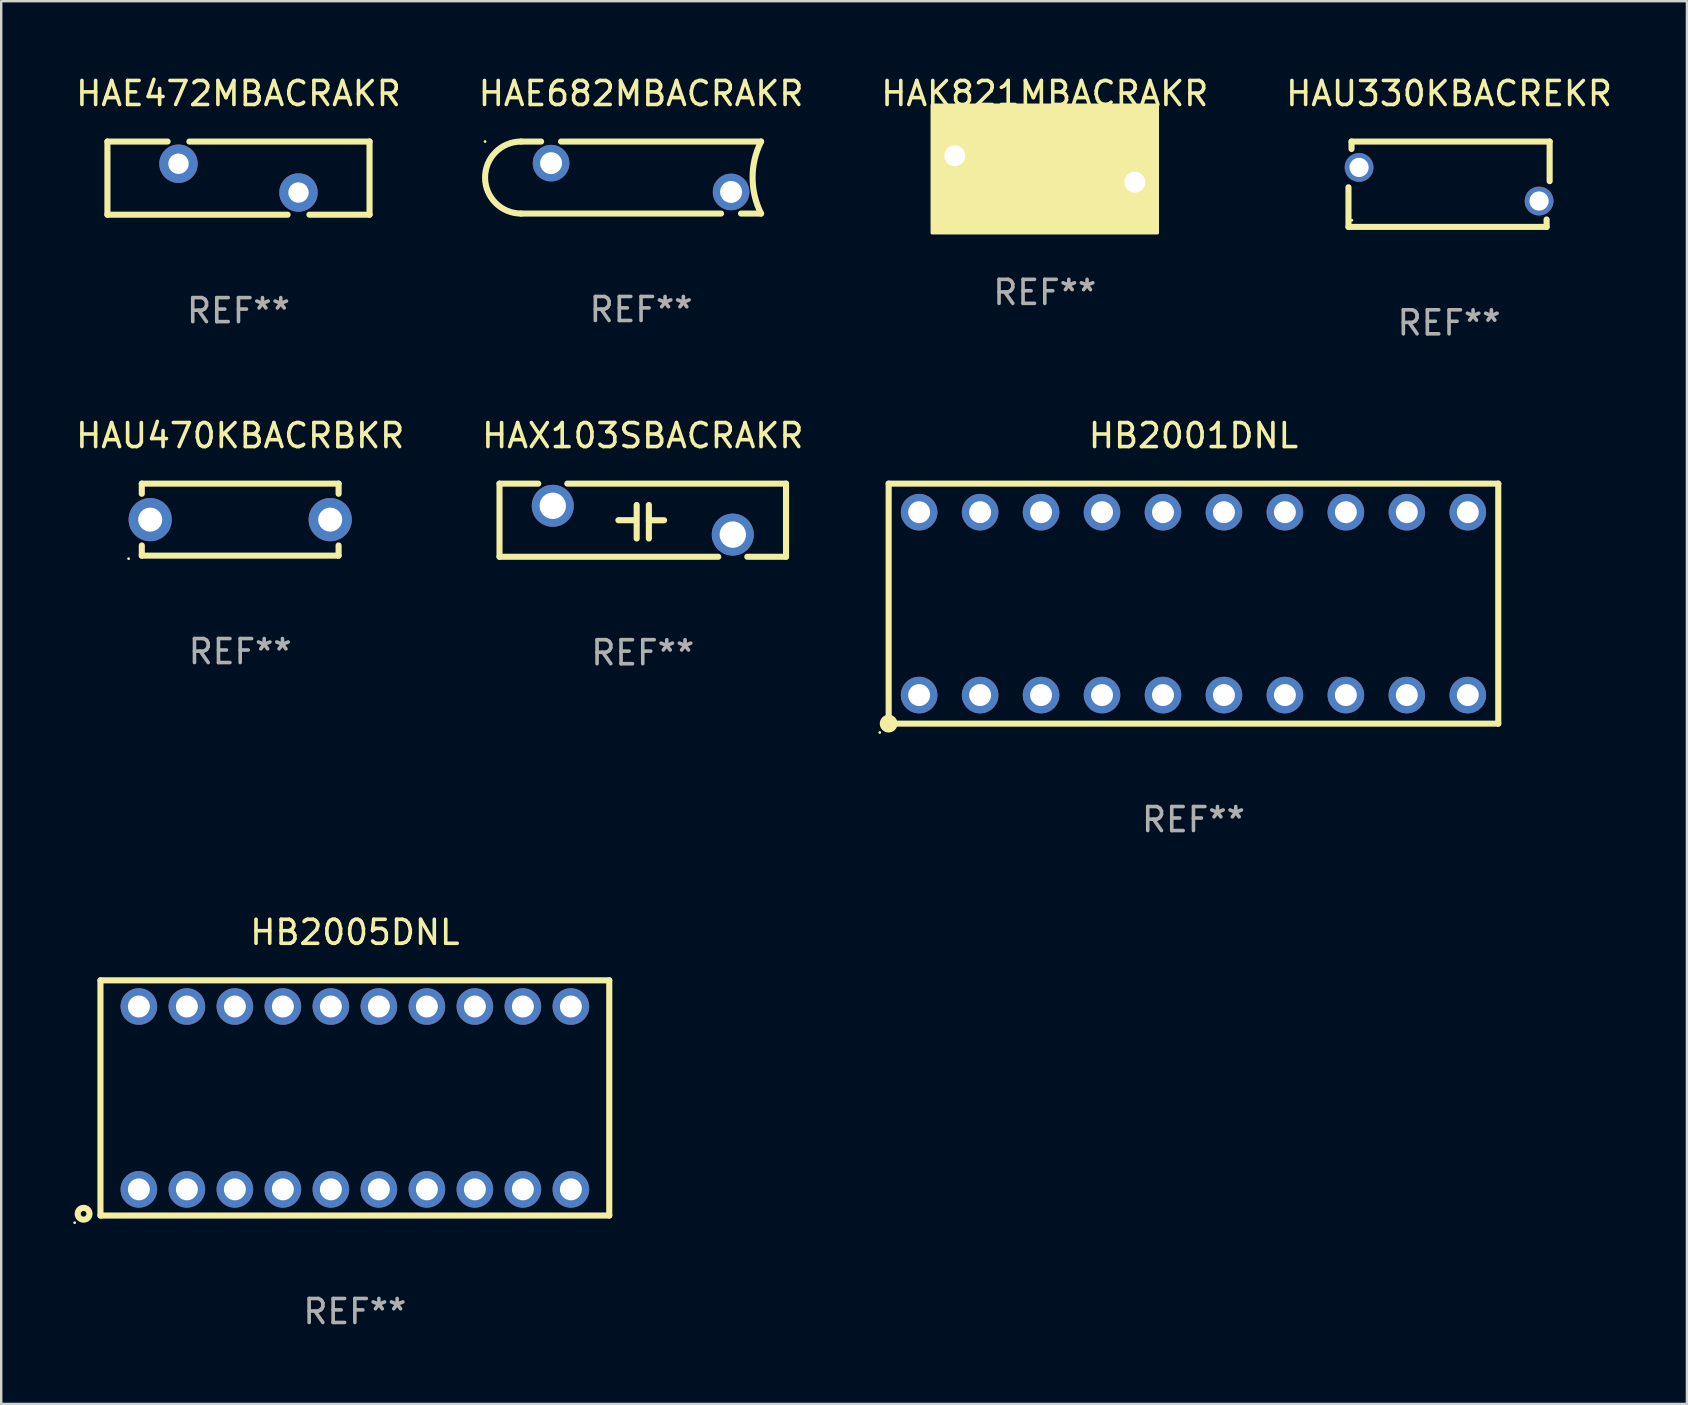
<source format=kicad_pcb>
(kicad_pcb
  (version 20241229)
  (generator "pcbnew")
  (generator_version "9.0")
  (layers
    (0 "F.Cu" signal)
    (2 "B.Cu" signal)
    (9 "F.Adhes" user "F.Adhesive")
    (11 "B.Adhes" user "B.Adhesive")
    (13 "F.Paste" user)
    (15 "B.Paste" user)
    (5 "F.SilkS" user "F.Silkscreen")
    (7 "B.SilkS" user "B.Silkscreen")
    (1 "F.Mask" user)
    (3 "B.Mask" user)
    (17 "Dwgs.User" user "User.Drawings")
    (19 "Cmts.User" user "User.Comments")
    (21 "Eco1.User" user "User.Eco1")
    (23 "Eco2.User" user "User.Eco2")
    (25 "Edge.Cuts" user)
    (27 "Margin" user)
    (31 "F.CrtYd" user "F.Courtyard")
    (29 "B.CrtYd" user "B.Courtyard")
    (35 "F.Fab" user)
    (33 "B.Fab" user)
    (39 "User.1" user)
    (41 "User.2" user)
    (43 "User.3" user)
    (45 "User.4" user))
  (footprint "HAK821MBACRAKR"
    (layer "F.Cu")
    (at 40.482 3.991)
    (property "Reference" "HAK821MBACRAKR" (at 0 -3.143 0) (layer "F.SilkS") (effects (font (size 1 1) (thickness 0.15))))
    (attr through_hole)
    (fp_line (start -0.508 0.000025) (end -1.524 0.000025) (stroke (width 0.254) (type solid)) (layer "F.SilkS"))
    (fp_line (start -0.508 1.143) (end -0.508 -1.143) (stroke (width 0.254) (type solid)) (layer "F.SilkS"))
    (fp_line (start 0.508 -1.143) (end 0.508 1.143) (stroke (width 0.254) (type solid)) (layer "F.SilkS"))
    (fp_line (start 0.508 -0.000025) (end 1.524 -0.000025) (stroke (width 0.254) (type solid)) (layer "F.SilkS"))
    (fp_circle (center -4.5 2.5) (end -4.47 2.5) (stroke (width 0.06) (type solid)) (fill no) (layer "F.SilkS"))
    (fp_poly (pts (xy -4.699 -2.667) (xy 4.699 -2.667) (xy 4.699 2.667) (xy -4.699 2.667)) (stroke (width 0.12) (type solid)) (fill yes) (layer "F.SilkS"))
    (fp_text user "REF**" (at 0 5.143 0) (layer "F.Fab") (effects (font (size 1 1) (thickness 0.15))))
    (pad "1" thru_hole circle (at -3.75 -0.55) (size 1.524 1.524) (drill 0.87) (layers "*.Cu" "*.Mask"))
    (pad "2" thru_hole circle (at 3.75 0.55) (size 1.524 1.524) (drill 0.87) (layers "*.Cu" "*.Mask")))
  (footprint "HB2005DNL"
    (layer "F.Cu")
    (at 11.736 42.697)
    (property "Reference" "HB2005DNL" (at 0 -6.9 0) (layer "F.SilkS") (effects (font (size 1 1) (thickness 0.15))))
    (attr through_hole)
    (fp_line (start -10.6 -4.9) (end -10.6 4.9) (stroke (width 0.254) (type solid)) (layer "F.SilkS"))
    (fp_line (start -10.6 -4.9) (end 10.6 -4.9) (stroke (width 0.254) (type solid)) (layer "F.SilkS"))
    (fp_line (start -10.6 4.9) (end 10.6 4.9) (stroke (width 0.254) (type solid)) (layer "F.SilkS"))
    (fp_line (start 10.6 -4.9) (end 10.6 4.9) (stroke (width 0.254) (type solid)) (layer "F.SilkS"))
    (fp_circle (center -11.676 5.199) (end -11.646 5.199) (stroke (width 0.06) (type solid)) (fill no) (layer "F.SilkS"))
    (fp_circle (center -11.303 4.826) (end -11.057 4.826) (stroke (width 0.254) (type solid)) (fill no) (layer "F.SilkS"))
    (fp_text user "REF**" (at 0 8.9 0) (layer "F.Fab") (effects (font (size 1 1) (thickness 0.15))))
    (pad "1" thru_hole circle (at -9 3.81) (size 1.524 1.524) (drill 0.914) (layers "*.Cu" "*.Mask"))
    (pad "2" thru_hole circle (at -7 3.81) (size 1.524 1.524) (drill 0.914) (layers "*.Cu" "*.Mask"))
    (pad "3" thru_hole circle (at -5 3.81) (size 1.524 1.524) (drill 0.914) (layers "*.Cu" "*.Mask"))
    (pad "4" thru_hole circle (at -3 3.81) (size 1.524 1.524) (drill 0.914) (layers "*.Cu" "*.Mask"))
    (pad "5" thru_hole circle (at -1 3.81) (size 1.524 1.524) (drill 0.914) (layers "*.Cu" "*.Mask"))
    (pad "6" thru_hole circle (at 1 3.81) (size 1.524 1.524) (drill 0.914) (layers "*.Cu" "*.Mask"))
    (pad "7" thru_hole circle (at 3 3.81) (size 1.524 1.524) (drill 0.914) (layers "*.Cu" "*.Mask"))
    (pad "8" thru_hole circle (at 5 3.81) (size 1.524 1.524) (drill 0.914) (layers "*.Cu" "*.Mask"))
    (pad "9" thru_hole circle (at 7 3.81) (size 1.524 1.524) (drill 0.914) (layers "*.Cu" "*.Mask"))
    (pad "10" thru_hole circle (at 9 3.81) (size 1.524 1.524) (drill 0.914) (layers "*.Cu" "*.Mask"))
    (pad "11" thru_hole circle (at 9 -3.81) (size 1.524 1.524) (drill 0.914) (layers "*.Cu" "*.Mask"))
    (pad "12" thru_hole circle (at 7 -3.81) (size 1.524 1.524) (drill 0.914) (layers "*.Cu" "*.Mask"))
    (pad "13" thru_hole circle (at 5 -3.81) (size 1.524 1.524) (drill 0.914) (layers "*.Cu" "*.Mask"))
    (pad "14" thru_hole circle (at 3 -3.81) (size 1.524 1.524) (drill 0.914) (layers "*.Cu" "*.Mask"))
    (pad "15" thru_hole circle (at 1 -3.81) (size 1.524 1.524) (drill 0.914) (layers "*.Cu" "*.Mask"))
    (pad "16" thru_hole circle (at -1 -3.81) (size 1.524 1.524) (drill 0.914) (layers "*.Cu" "*.Mask"))
    (pad "17" thru_hole circle (at -3 -3.81) (size 1.524 1.524) (drill 0.914) (layers "*.Cu" "*.Mask"))
    (pad "18" thru_hole circle (at -5 -3.81) (size 1.524 1.524) (drill 0.914) (layers "*.Cu" "*.Mask"))
    (pad "19" thru_hole circle (at -7 -3.81) (size 1.524 1.524) (drill 0.914) (layers "*.Cu" "*.Mask"))
    (pad "20" thru_hole circle (at -9 -3.81) (size 1.524 1.524) (drill 0.914) (layers "*.Cu" "*.Mask")))
  (footprint "HAE472MBACRAKR"
    (layer "F.Cu")
    (at 6.887 4.372)
    (property "Reference" "HAE472MBACRAKR" (at 0 -3.524 0) (layer "F.SilkS") (effects (font (size 1 1) (thickness 0.15))))
    (attr through_hole)
    (fp_line (start -5.461 -1.524) (end -5.461 1.524) (stroke (width 0.254) (type solid)) (layer "F.SilkS"))
    (fp_line (start -5.461 1.524) (end 2.046 1.524) (stroke (width 0.254) (type solid)) (layer "F.SilkS"))
    (fp_line (start -2.954 -1.524) (end -5.461 -1.524) (stroke (width 0.254) (type solid)) (layer "F.SilkS"))
    (fp_line (start 2.954 1.524) (end 5.461 1.524) (stroke (width 0.254) (type solid)) (layer "F.SilkS"))
    (fp_line (start 5.461 -1.524) (end -2.046 -1.524) (stroke (width 0.254) (type solid)) (layer "F.SilkS"))
    (fp_line (start 5.461 1.524) (end 5.461 -1.524) (stroke (width 0.254) (type solid)) (layer "F.SilkS"))
    (fp_circle (center -5.5 1.5) (end -5.47 1.5) (stroke (width 0.06) (type solid)) (fill no) (layer "F.SilkS"))
    (fp_text user "REF**" (at 0 5.524 0) (layer "F.Fab") (effects (font (size 1 1) (thickness 0.15))))
    (pad "1" thru_hole circle (at -2.5 -0.6) (size 1.6 1.6) (drill 0.85) (layers "*.Cu" "*.Mask"))
    (pad "2" thru_hole circle (at 2.5 0.6) (size 1.6 1.6) (drill 0.85) (layers "*.Cu" "*.Mask")))
  (footprint "HAU470KBACRBKR"
    (layer "F.Cu")
    (at 6.958 18.601)
    (property "Reference" "HAU470KBACRBKR" (at 0 -3.5 0) (layer "F.SilkS") (effects (font (size 1 1) (thickness 0.15))))
    (attr through_hole)
    (fp_line (start -4.1 -1.5) (end -4.1 -1.076) (stroke (width 0.254) (type solid)) (layer "F.SilkS"))
    (fp_line (start -4.1 -1.5) (end 4.1 -1.5) (stroke (width 0.254) (type solid)) (layer "F.SilkS"))
    (fp_line (start -4.1 1.076) (end -4.1 1.5) (stroke (width 0.254) (type solid)) (layer "F.SilkS"))
    (fp_line (start -4.1 1.5) (end 4.1 1.5) (stroke (width 0.254) (type solid)) (layer "F.SilkS"))
    (fp_line (start 4.1 -1.5) (end 4.1 -1.076) (stroke (width 0.254) (type solid)) (layer "F.SilkS"))
    (fp_line (start 4.1 1.076) (end 4.1 1.5) (stroke (width 0.254) (type solid)) (layer "F.SilkS"))
    (fp_circle (center -4.65 1.627) (end -4.62 1.627) (stroke (width 0.06) (type solid)) (fill no) (layer "F.SilkS"))
    (fp_text user "REF**" (at 0 5.5 0) (layer "F.Fab") (effects (font (size 1 1) (thickness 0.15))))
    (pad "1" thru_hole circle (at -3.75 0) (size 1.8 1.8) (drill 1) (layers "*.Cu" "*.Mask"))
    (pad "2" thru_hole circle (at 3.75 0) (size 1.8 1.8) (drill 1) (layers "*.Cu" "*.Mask")))
  (footprint "HB2001DNL"
    (layer "F.Cu")
    (at 46.677 22.101)
    (property "Reference" "HB2001DNL" (at 0 -7 0) (layer "F.SilkS") (effects (font (size 1 1) (thickness 0.15))))
    (attr through_hole)
    (fp_line (start -12.7 -5) (end -12.7 5) (stroke (width 0.254) (type solid)) (layer "F.SilkS"))
    (fp_line (start -12.7 -5) (end 12.7 -5) (stroke (width 0.254) (type solid)) (layer "F.SilkS"))
    (fp_line (start -12.7 5) (end 12.7 5) (stroke (width 0.254) (type solid)) (layer "F.SilkS"))
    (fp_line (start 12.7 -5) (end 12.7 5) (stroke (width 0.254) (type solid)) (layer "F.SilkS"))
    (fp_circle (center -13.07 5.37) (end -13.04 5.37) (stroke (width 0.06) (type solid)) (fill no) (layer "F.SilkS"))
    (fp_circle (center -12.7 5) (end -12.457 5) (stroke (width 0.254) (type solid)) (fill no) (layer "F.SilkS"))
    (fp_text user "REF**" (at 0 9 0) (layer "F.Fab") (effects (font (size 1 1) (thickness 0.15))))
    (pad "1" thru_hole circle (at -11.43 3.81) (size 1.524 1.524) (drill 0.914) (layers "*.Cu" "*.Mask"))
    (pad "2" thru_hole circle (at -8.89 3.81) (size 1.524 1.524) (drill 0.914) (layers "*.Cu" "*.Mask"))
    (pad "3" thru_hole circle (at -6.35 3.81) (size 1.524 1.524) (drill 0.914) (layers "*.Cu" "*.Mask"))
    (pad "4" thru_hole circle (at -3.81 3.81) (size 1.524 1.524) (drill 0.914) (layers "*.Cu" "*.Mask"))
    (pad "5" thru_hole circle (at -1.27 3.81) (size 1.524 1.524) (drill 0.914) (layers "*.Cu" "*.Mask"))
    (pad "6" thru_hole circle (at 1.27 3.81) (size 1.524 1.524) (drill 0.914) (layers "*.Cu" "*.Mask"))
    (pad "7" thru_hole circle (at 3.81 3.81) (size 1.524 1.524) (drill 0.914) (layers "*.Cu" "*.Mask"))
    (pad "8" thru_hole circle (at 6.35 3.81) (size 1.524 1.524) (drill 0.914) (layers "*.Cu" "*.Mask"))
    (pad "9" thru_hole circle (at 8.89 3.81) (size 1.524 1.524) (drill 0.914) (layers "*.Cu" "*.Mask"))
    (pad "10" thru_hole circle (at 11.43 3.81) (size 1.524 1.524) (drill 0.914) (layers "*.Cu" "*.Mask"))
    (pad "11" thru_hole circle (at 11.43 -3.81) (size 1.524 1.524) (drill 0.914) (layers "*.Cu" "*.Mask"))
    (pad "12" thru_hole circle (at 8.89 -3.81) (size 1.524 1.524) (drill 0.914) (layers "*.Cu" "*.Mask"))
    (pad "13" thru_hole circle (at 6.35 -3.81) (size 1.524 1.524) (drill 0.914) (layers "*.Cu" "*.Mask"))
    (pad "14" thru_hole circle (at 3.81 -3.81) (size 1.524 1.524) (drill 0.914) (layers "*.Cu" "*.Mask"))
    (pad "15" thru_hole circle (at 1.27 -3.81) (size 1.524 1.524) (drill 0.914) (layers "*.Cu" "*.Mask"))
    (pad "16" thru_hole circle (at -1.27 -3.81) (size 1.524 1.524) (drill 0.914) (layers "*.Cu" "*.Mask"))
    (pad "17" thru_hole circle (at -3.81 -3.81) (size 1.524 1.524) (drill 0.914) (layers "*.Cu" "*.Mask"))
    (pad "18" thru_hole circle (at -6.35 -3.81) (size 1.524 1.524) (drill 0.914) (layers "*.Cu" "*.Mask"))
    (pad "19" thru_hole circle (at -8.89 -3.81) (size 1.524 1.524) (drill 0.914) (layers "*.Cu" "*.Mask"))
    (pad "20" thru_hole circle (at -11.43 -3.81) (size 1.524 1.524) (drill 0.914) (layers "*.Cu" "*.Mask")))
  (footprint "HAE682MBACRAKR"
    (layer "F.Cu")
    (at 23.661 4.348)
    (property "Reference" "HAE682MBACRAKR" (at 0 -3.5 0) (layer "F.SilkS") (effects (font (size 1 1) (thickness 0.15))))
    (attr through_hole)
    (fp_line (start -5 -1.5) (end -4.166 -1.5) (stroke (width 0.254) (type solid)) (layer "F.SilkS"))
    (fp_line (start -3.334 -1.5) (end 5 -1.5) (stroke (width 0.254) (type solid)) (layer "F.SilkS"))
    (fp_line (start 3.334 1.5) (end -5 1.5) (stroke (width 0.254) (type solid)) (layer "F.SilkS"))
    (fp_line (start 5 1.5) (end 4.166 1.5) (stroke (width 0.254) (type solid)) (layer "F.SilkS"))
    (fp_arc (start -4.999949 1.5) (mid -6.499949 0) (end -4.999949 -1.5) (stroke (width 0.254001) (type solid)) (layer "F.SilkS"))
    (fp_arc (start 4.999949 1.5) (mid 4.645847 0) (end 4.999949 -1.5) (stroke (width 0.254001) (type solid)) (layer "F.SilkS"))
    (fp_circle (center -6.5 -1.5) (end -6.47 -1.5) (stroke (width 0.06) (type solid)) (fill no) (layer "F.SilkS"))
    (fp_text user "REF**" (at 0 5.5 0) (layer "F.Fab") (effects (font (size 1 1) (thickness 0.15))))
    (pad "1" thru_hole circle (at -3.75 -0.6) (size 1.524 1.524) (drill 0.914) (layers "*.Cu" "*.Mask"))
    (pad "2" thru_hole circle (at 3.75 0.6) (size 1.524 1.524) (drill 0.914) (layers "*.Cu" "*.Mask")))
  (footprint "HAU330KBACREKR"
    (layer "F.Cu")
    (at 57.327 4.626)
    (property "Reference" "HAU330KBACREKR" (at 0 -3.778 0) (layer "F.SilkS") (effects (font (size 1 1) (thickness 0.15))))
    (attr through_hole)
    (fp_line (start -4.191 0.127) (end -4.191 1.778) (stroke (width 0.254) (type solid)) (layer "F.SilkS"))
    (fp_line (start -4.191 1.778) (end 4.064 1.778) (stroke (width 0.254) (type solid)) (layer "F.SilkS"))
    (fp_line (start -4.064 -1.778) (end -4.064 -1.469) (stroke (width 0.254) (type solid)) (layer "F.SilkS"))
    (fp_line (start 4.064 1.778) (end 4.064 1.469) (stroke (width 0.254) (type solid)) (layer "F.SilkS"))
    (fp_line (start 4.191 -1.778) (end -4.064 -1.778) (stroke (width 0.254) (type solid)) (layer "F.SilkS"))
    (fp_line (start 4.191 -0.127) (end 4.191 -1.778) (stroke (width 0.254) (type solid)) (layer "F.SilkS"))
    (fp_circle (center -4.05 1.5) (end -4.02 1.5) (stroke (width 0.06) (type solid)) (fill no) (layer "F.SilkS"))
    (fp_text user "REF**" (at 0 5.778 0) (layer "F.Fab") (effects (font (size 1 1) (thickness 0.15))))
    (pad "1" thru_hole circle (at -3.75 -0.7) (size 1.2 1.2) (drill 0.8) (layers "*.Cu" "*.Mask"))
    (pad "2" thru_hole circle (at 3.75 0.7) (size 1.2 1.2) (drill 0.8) (layers "*.Cu" "*.Mask")))
  (footprint "HAX103SBACRAKR"
    (layer "F.Cu")
    (at 23.732 18.625)
    (property "Reference" "HAX103SBACRAKR" (at 0 -3.524 0) (layer "F.SilkS") (effects (font (size 1 1) (thickness 0.15))))
    (attr through_hole)
    (fp_line (start -5.969 -1.524) (end -4.356 -1.524) (stroke (width 0.254) (type solid)) (layer "F.SilkS"))
    (fp_line (start -5.969 1.524) (end -5.969 -1.524) (stroke (width 0.254) (type solid)) (layer "F.SilkS"))
    (fp_line (start -3.144 -1.524) (end 5.969 -1.524) (stroke (width 0.254) (type solid)) (layer "F.SilkS"))
    (fp_line (start -1.016 0) (end -0.381 0) (stroke (width 0.254) (type solid)) (layer "F.SilkS"))
    (fp_line (start -0.254 0.762) (end -0.254 -0.635) (stroke (width 0.254) (type solid)) (layer "F.SilkS"))
    (fp_line (start 0.254 0.003) (end 0.889 0.003) (stroke (width 0.254) (type solid)) (layer "F.SilkS"))
    (fp_line (start 0.254 0.762) (end 0.254 -0.635) (stroke (width 0.254) (type solid)) (layer "F.SilkS"))
    (fp_line (start 3.144 1.524) (end -5.969 1.524) (stroke (width 0.254) (type solid)) (layer "F.SilkS"))
    (fp_line (start 5.969 -1.524) (end 5.969 1.524) (stroke (width 0.254) (type solid)) (layer "F.SilkS"))
    (fp_line (start 5.969 1.524) (end 4.356 1.524) (stroke (width 0.254) (type solid)) (layer "F.SilkS"))
    (fp_circle (center -6 -1.5) (end -5.97 -1.5) (stroke (width 0.06) (type solid)) (fill no) (layer "F.SilkS"))
    (fp_text user "REF**" (at 0 5.524 0) (layer "F.Fab") (effects (font (size 1 1) (thickness 0.15))))
    (pad "1" thru_hole circle (at -3.75 -0.6) (size 1.75 1.75) (drill 1.1) (layers "*.Cu" "*.Mask"))
    (pad "2" thru_hole circle (at 3.75 0.6) (size 1.75 1.75) (drill 1.1) (layers "*.Cu" "*.Mask")))
  (gr_rect
    (start -3 -3)
    (end 67.238 55.446)
    (stroke (width 0.1) (type default))
    (fill no)
    (layer "Edge.Cuts")))
</source>
